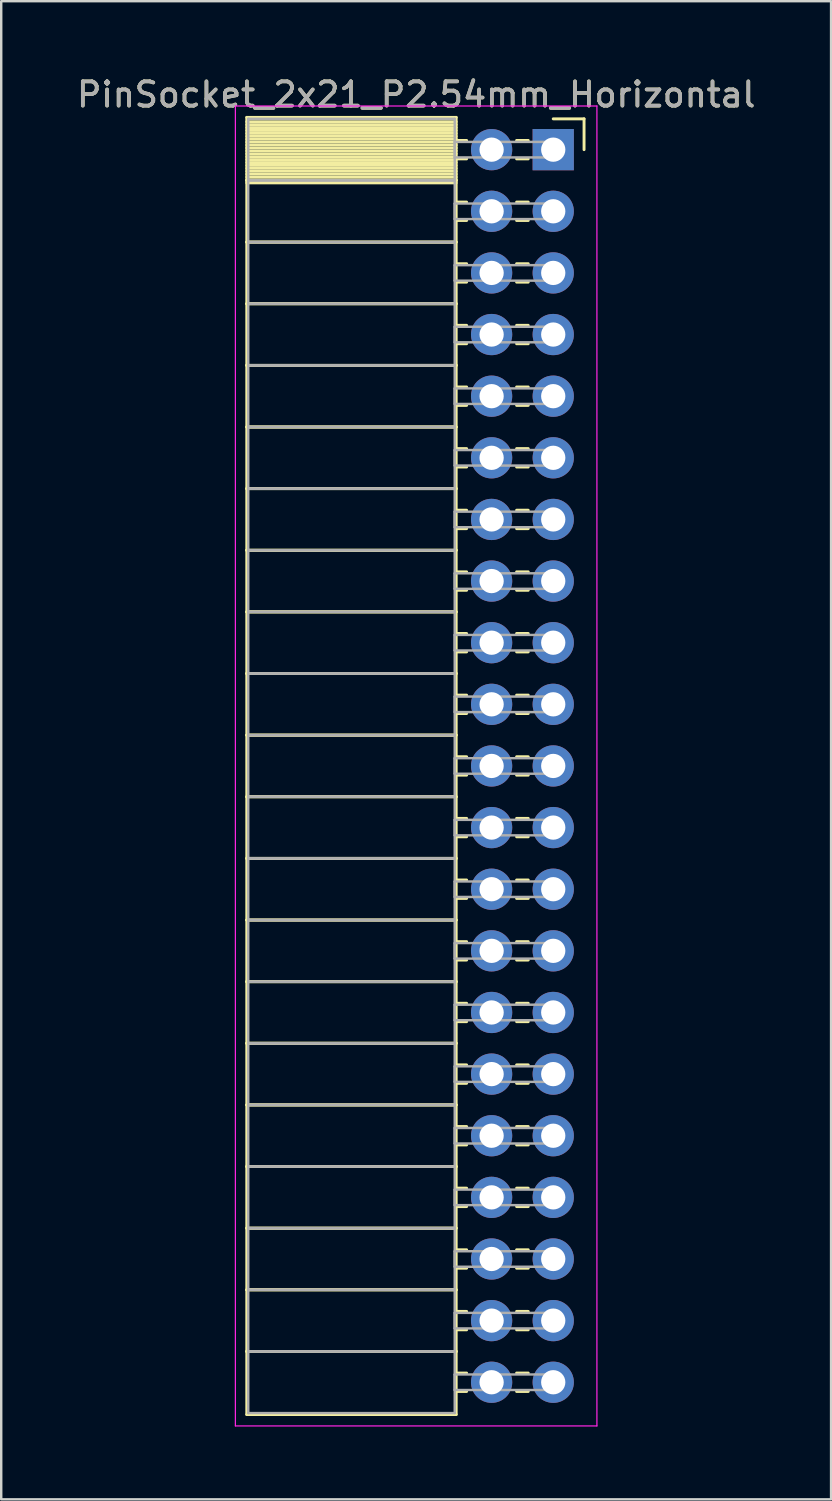
<source format=kicad_pcb>
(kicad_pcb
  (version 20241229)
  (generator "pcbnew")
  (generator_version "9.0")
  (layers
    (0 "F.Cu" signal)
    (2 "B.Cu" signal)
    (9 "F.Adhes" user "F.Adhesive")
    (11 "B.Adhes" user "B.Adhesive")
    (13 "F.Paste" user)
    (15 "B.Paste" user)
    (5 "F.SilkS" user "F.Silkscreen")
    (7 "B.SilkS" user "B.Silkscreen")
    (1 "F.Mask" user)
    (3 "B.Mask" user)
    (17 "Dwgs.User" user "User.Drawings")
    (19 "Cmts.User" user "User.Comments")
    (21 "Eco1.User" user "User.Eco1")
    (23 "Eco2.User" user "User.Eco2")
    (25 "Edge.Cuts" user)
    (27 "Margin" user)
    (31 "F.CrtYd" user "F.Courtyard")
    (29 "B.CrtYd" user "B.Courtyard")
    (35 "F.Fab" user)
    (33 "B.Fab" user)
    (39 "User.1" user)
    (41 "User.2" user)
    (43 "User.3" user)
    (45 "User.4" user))
  (footprint "PinSocket_2x21_P2.54mm_Horizontal"
    (layer "F.Cu")
    (at 19.751 3.118)
    (property "Reference" "PinSocket_2x21_P2.54mm_Horizontal" (at -5.65 -2.27 0) (layer "F.SilkS") (effects (font (size 1 1) (thickness 0.15))))
    (attr through_hole)
    (fp_line (start -12.63 -1.33) (end -4 -1.33) (stroke (width 0.12) (type solid)) (layer "F.SilkS"))
    (fp_line (start -12.63 1.27) (end -12.63 -1.33) (stroke (width 0.12) (type solid)) (layer "F.SilkS"))
    (fp_line (start -12.63 1.27) (end -4 1.27) (stroke (width 0.12) (type solid)) (layer "F.SilkS"))
    (fp_line (start -12.63 3.81) (end -12.63 1.27) (stroke (width 0.12) (type solid)) (layer "F.SilkS"))
    (fp_line (start -12.63 3.81) (end -4 3.81) (stroke (width 0.12) (type solid)) (layer "F.SilkS"))
    (fp_line (start -12.63 6.35) (end -12.63 3.81) (stroke (width 0.12) (type solid)) (layer "F.SilkS"))
    (fp_line (start -12.63 6.35) (end -4 6.35) (stroke (width 0.12) (type solid)) (layer "F.SilkS"))
    (fp_line (start -12.63 8.89) (end -12.63 6.35) (stroke (width 0.12) (type solid)) (layer "F.SilkS"))
    (fp_line (start -12.63 8.89) (end -4 8.89) (stroke (width 0.12) (type solid)) (layer "F.SilkS"))
    (fp_line (start -12.63 11.43) (end -12.63 8.89) (stroke (width 0.12) (type solid)) (layer "F.SilkS"))
    (fp_line (start -12.63 11.43) (end -4 11.43) (stroke (width 0.12) (type solid)) (layer "F.SilkS"))
    (fp_line (start -12.63 13.97) (end -12.63 11.43) (stroke (width 0.12) (type solid)) (layer "F.SilkS"))
    (fp_line (start -12.63 13.97) (end -4 13.97) (stroke (width 0.12) (type solid)) (layer "F.SilkS"))
    (fp_line (start -12.63 16.51) (end -12.63 13.97) (stroke (width 0.12) (type solid)) (layer "F.SilkS"))
    (fp_line (start -12.63 16.51) (end -4 16.51) (stroke (width 0.12) (type solid)) (layer "F.SilkS"))
    (fp_line (start -12.63 19.05) (end -12.63 16.51) (stroke (width 0.12) (type solid)) (layer "F.SilkS"))
    (fp_line (start -12.63 19.05) (end -4 19.05) (stroke (width 0.12) (type solid)) (layer "F.SilkS"))
    (fp_line (start -12.63 21.59) (end -12.63 19.05) (stroke (width 0.12) (type solid)) (layer "F.SilkS"))
    (fp_line (start -12.63 21.59) (end -4 21.59) (stroke (width 0.12) (type solid)) (layer "F.SilkS"))
    (fp_line (start -12.63 24.13) (end -12.63 21.59) (stroke (width 0.12) (type solid)) (layer "F.SilkS"))
    (fp_line (start -12.63 24.13) (end -4 24.13) (stroke (width 0.12) (type solid)) (layer "F.SilkS"))
    (fp_line (start -12.63 26.67) (end -12.63 24.13) (stroke (width 0.12) (type solid)) (layer "F.SilkS"))
    (fp_line (start -12.63 26.67) (end -4 26.67) (stroke (width 0.12) (type solid)) (layer "F.SilkS"))
    (fp_line (start -12.63 29.21) (end -12.63 26.67) (stroke (width 0.12) (type solid)) (layer "F.SilkS"))
    (fp_line (start -12.63 29.21) (end -4 29.21) (stroke (width 0.12) (type solid)) (layer "F.SilkS"))
    (fp_line (start -12.63 31.75) (end -12.63 29.21) (stroke (width 0.12) (type solid)) (layer "F.SilkS"))
    (fp_line (start -12.63 31.75) (end -4 31.75) (stroke (width 0.12) (type solid)) (layer "F.SilkS"))
    (fp_line (start -12.63 34.29) (end -12.63 31.75) (stroke (width 0.12) (type solid)) (layer "F.SilkS"))
    (fp_line (start -12.63 34.29) (end -4 34.29) (stroke (width 0.12) (type solid)) (layer "F.SilkS"))
    (fp_line (start -12.63 36.83) (end -12.63 34.29) (stroke (width 0.12) (type solid)) (layer "F.SilkS"))
    (fp_line (start -12.63 36.83) (end -4 36.83) (stroke (width 0.12) (type solid)) (layer "F.SilkS"))
    (fp_line (start -12.63 39.37) (end -12.63 36.83) (stroke (width 0.12) (type solid)) (layer "F.SilkS"))
    (fp_line (start -12.63 39.37) (end -4 39.37) (stroke (width 0.12) (type solid)) (layer "F.SilkS"))
    (fp_line (start -12.63 41.91) (end -12.63 39.37) (stroke (width 0.12) (type solid)) (layer "F.SilkS"))
    (fp_line (start -12.63 41.91) (end -4 41.91) (stroke (width 0.12) (type solid)) (layer "F.SilkS"))
    (fp_line (start -12.63 44.45) (end -12.63 41.91) (stroke (width 0.12) (type solid)) (layer "F.SilkS"))
    (fp_line (start -12.63 44.45) (end -4 44.45) (stroke (width 0.12) (type solid)) (layer "F.SilkS"))
    (fp_line (start -12.63 46.99) (end -12.63 44.45) (stroke (width 0.12) (type solid)) (layer "F.SilkS"))
    (fp_line (start -12.63 46.99) (end -4 46.99) (stroke (width 0.12) (type solid)) (layer "F.SilkS"))
    (fp_line (start -12.63 49.53) (end -12.63 46.99) (stroke (width 0.12) (type solid)) (layer "F.SilkS"))
    (fp_line (start -12.63 49.53) (end -4 49.53) (stroke (width 0.12) (type solid)) (layer "F.SilkS"))
    (fp_line (start -12.63 52.13) (end -12.63 49.53) (stroke (width 0.12) (type solid)) (layer "F.SilkS"))
    (fp_line (start -4 -1.33) (end -4 1.27) (stroke (width 0.12) (type solid)) (layer "F.SilkS"))
    (fp_line (start -4 -1.15) (end -12.63 -1.15) (stroke (width 0.12) (type solid)) (layer "F.SilkS"))
    (fp_line (start -4 -1.03) (end -12.63 -1.03) (stroke (width 0.12) (type solid)) (layer "F.SilkS"))
    (fp_line (start -4 -0.91) (end -12.63 -0.91) (stroke (width 0.12) (type solid)) (layer "F.SilkS"))
    (fp_line (start -4 -0.79) (end -12.63 -0.79) (stroke (width 0.12) (type solid)) (layer "F.SilkS"))
    (fp_line (start -4 -0.67) (end -12.63 -0.67) (stroke (width 0.12) (type solid)) (layer "F.SilkS"))
    (fp_line (start -4 -0.55) (end -12.63 -0.55) (stroke (width 0.12) (type solid)) (layer "F.SilkS"))
    (fp_line (start -4 -0.43) (end -12.63 -0.43) (stroke (width 0.12) (type solid)) (layer "F.SilkS"))
    (fp_line (start -4 -0.31) (end -12.63 -0.31) (stroke (width 0.12) (type solid)) (layer "F.SilkS"))
    (fp_line (start -4 -0.19) (end -12.63 -0.19) (stroke (width 0.12) (type solid)) (layer "F.SilkS"))
    (fp_line (start -4 -0.07) (end -12.63 -0.07) (stroke (width 0.12) (type solid)) (layer "F.SilkS"))
    (fp_line (start -4 0.05) (end -12.63 0.05) (stroke (width 0.12) (type solid)) (layer "F.SilkS"))
    (fp_line (start -4 0.17) (end -12.63 0.17) (stroke (width 0.12) (type solid)) (layer "F.SilkS"))
    (fp_line (start -4 0.29) (end -12.63 0.29) (stroke (width 0.12) (type solid)) (layer "F.SilkS"))
    (fp_line (start -4 0.41) (end -12.63 0.41) (stroke (width 0.12) (type solid)) (layer "F.SilkS"))
    (fp_line (start -4 0.53) (end -12.63 0.53) (stroke (width 0.12) (type solid)) (layer "F.SilkS"))
    (fp_line (start -4 0.65) (end -12.63 0.65) (stroke (width 0.12) (type solid)) (layer "F.SilkS"))
    (fp_line (start -4 0.77) (end -12.63 0.77) (stroke (width 0.12) (type solid)) (layer "F.SilkS"))
    (fp_line (start -4 0.89) (end -12.63 0.89) (stroke (width 0.12) (type solid)) (layer "F.SilkS"))
    (fp_line (start -4 1.01) (end -12.63 1.01) (stroke (width 0.12) (type solid)) (layer "F.SilkS"))
    (fp_line (start -4 1.13) (end -12.63 1.13) (stroke (width 0.12) (type solid)) (layer "F.SilkS"))
    (fp_line (start -4 1.25) (end -12.63 1.25) (stroke (width 0.12) (type solid)) (layer "F.SilkS"))
    (fp_line (start -4 1.27) (end -12.63 1.27) (stroke (width 0.12) (type solid)) (layer "F.SilkS"))
    (fp_line (start -4 1.27) (end -4 3.81) (stroke (width 0.12) (type solid)) (layer "F.SilkS"))
    (fp_line (start -4 1.37) (end -12.63 1.37) (stroke (width 0.12) (type solid)) (layer "F.SilkS"))
    (fp_line (start -4 3.81) (end -12.63 3.81) (stroke (width 0.12) (type solid)) (layer "F.SilkS"))
    (fp_line (start -4 3.81) (end -4 6.35) (stroke (width 0.12) (type solid)) (layer "F.SilkS"))
    (fp_line (start -4 6.35) (end -12.63 6.35) (stroke (width 0.12) (type solid)) (layer "F.SilkS"))
    (fp_line (start -4 6.35) (end -4 8.89) (stroke (width 0.12) (type solid)) (layer "F.SilkS"))
    (fp_line (start -4 8.89) (end -12.63 8.89) (stroke (width 0.12) (type solid)) (layer "F.SilkS"))
    (fp_line (start -4 8.89) (end -4 11.43) (stroke (width 0.12) (type solid)) (layer "F.SilkS"))
    (fp_line (start -4 11.43) (end -12.63 11.43) (stroke (width 0.12) (type solid)) (layer "F.SilkS"))
    (fp_line (start -4 11.43) (end -4 13.97) (stroke (width 0.12) (type solid)) (layer "F.SilkS"))
    (fp_line (start -4 13.97) (end -12.63 13.97) (stroke (width 0.12) (type solid)) (layer "F.SilkS"))
    (fp_line (start -4 13.97) (end -4 16.51) (stroke (width 0.12) (type solid)) (layer "F.SilkS"))
    (fp_line (start -4 16.51) (end -12.63 16.51) (stroke (width 0.12) (type solid)) (layer "F.SilkS"))
    (fp_line (start -4 16.51) (end -4 19.05) (stroke (width 0.12) (type solid)) (layer "F.SilkS"))
    (fp_line (start -4 19.05) (end -12.63 19.05) (stroke (width 0.12) (type solid)) (layer "F.SilkS"))
    (fp_line (start -4 19.05) (end -4 21.59) (stroke (width 0.12) (type solid)) (layer "F.SilkS"))
    (fp_line (start -4 21.59) (end -12.63 21.59) (stroke (width 0.12) (type solid)) (layer "F.SilkS"))
    (fp_line (start -4 21.59) (end -4 24.13) (stroke (width 0.12) (type solid)) (layer "F.SilkS"))
    (fp_line (start -4 24.13) (end -12.63 24.13) (stroke (width 0.12) (type solid)) (layer "F.SilkS"))
    (fp_line (start -4 24.13) (end -4 26.67) (stroke (width 0.12) (type solid)) (layer "F.SilkS"))
    (fp_line (start -4 26.67) (end -12.63 26.67) (stroke (width 0.12) (type solid)) (layer "F.SilkS"))
    (fp_line (start -4 26.67) (end -4 29.21) (stroke (width 0.12) (type solid)) (layer "F.SilkS"))
    (fp_line (start -4 29.21) (end -12.63 29.21) (stroke (width 0.12) (type solid)) (layer "F.SilkS"))
    (fp_line (start -4 29.21) (end -4 31.75) (stroke (width 0.12) (type solid)) (layer "F.SilkS"))
    (fp_line (start -4 31.75) (end -12.63 31.75) (stroke (width 0.12) (type solid)) (layer "F.SilkS"))
    (fp_line (start -4 31.75) (end -4 34.29) (stroke (width 0.12) (type solid)) (layer "F.SilkS"))
    (fp_line (start -4 34.29) (end -12.63 34.29) (stroke (width 0.12) (type solid)) (layer "F.SilkS"))
    (fp_line (start -4 34.29) (end -4 36.83) (stroke (width 0.12) (type solid)) (layer "F.SilkS"))
    (fp_line (start -4 36.83) (end -12.63 36.83) (stroke (width 0.12) (type solid)) (layer "F.SilkS"))
    (fp_line (start -4 36.83) (end -4 39.37) (stroke (width 0.12) (type solid)) (layer "F.SilkS"))
    (fp_line (start -4 39.37) (end -12.63 39.37) (stroke (width 0.12) (type solid)) (layer "F.SilkS"))
    (fp_line (start -4 39.37) (end -4 41.91) (stroke (width 0.12) (type solid)) (layer "F.SilkS"))
    (fp_line (start -4 41.91) (end -12.63 41.91) (stroke (width 0.12) (type solid)) (layer "F.SilkS"))
    (fp_line (start -4 41.91) (end -4 44.45) (stroke (width 0.12) (type solid)) (layer "F.SilkS"))
    (fp_line (start -4 44.45) (end -12.63 44.45) (stroke (width 0.12) (type solid)) (layer "F.SilkS"))
    (fp_line (start -4 44.45) (end -4 46.99) (stroke (width 0.12) (type solid)) (layer "F.SilkS"))
    (fp_line (start -4 46.99) (end -12.63 46.99) (stroke (width 0.12) (type solid)) (layer "F.SilkS"))
    (fp_line (start -4 46.99) (end -4 49.53) (stroke (width 0.12) (type solid)) (layer "F.SilkS"))
    (fp_line (start -4 49.53) (end -12.63 49.53) (stroke (width 0.12) (type solid)) (layer "F.SilkS"))
    (fp_line (start -4 49.53) (end -4 52.13) (stroke (width 0.12) (type solid)) (layer "F.SilkS"))
    (fp_line (start -4 52.13) (end -12.63 52.13) (stroke (width 0.12) (type solid)) (layer "F.SilkS"))
    (fp_line (start -3.57 -0.38) (end -4 -0.38) (stroke (width 0.12) (type solid)) (layer "F.SilkS"))
    (fp_line (start -3.57 0.38) (end -4 0.38) (stroke (width 0.12) (type solid)) (layer "F.SilkS"))
    (fp_line (start -3.57 2.16) (end -4 2.16) (stroke (width 0.12) (type solid)) (layer "F.SilkS"))
    (fp_line (start -3.57 2.92) (end -4 2.92) (stroke (width 0.12) (type solid)) (layer "F.SilkS"))
    (fp_line (start -3.57 4.7) (end -4 4.7) (stroke (width 0.12) (type solid)) (layer "F.SilkS"))
    (fp_line (start -3.57 5.46) (end -4 5.46) (stroke (width 0.12) (type solid)) (layer "F.SilkS"))
    (fp_line (start -3.57 7.24) (end -4 7.24) (stroke (width 0.12) (type solid)) (layer "F.SilkS"))
    (fp_line (start -3.57 8) (end -4 8) (stroke (width 0.12) (type solid)) (layer "F.SilkS"))
    (fp_line (start -3.57 9.78) (end -4 9.78) (stroke (width 0.12) (type solid)) (layer "F.SilkS"))
    (fp_line (start -3.57 10.54) (end -4 10.54) (stroke (width 0.12) (type solid)) (layer "F.SilkS"))
    (fp_line (start -3.57 12.32) (end -4 12.32) (stroke (width 0.12) (type solid)) (layer "F.SilkS"))
    (fp_line (start -3.57 13.08) (end -4 13.08) (stroke (width 0.12) (type solid)) (layer "F.SilkS"))
    (fp_line (start -3.57 14.86) (end -4 14.86) (stroke (width 0.12) (type solid)) (layer "F.SilkS"))
    (fp_line (start -3.57 15.62) (end -4 15.62) (stroke (width 0.12) (type solid)) (layer "F.SilkS"))
    (fp_line (start -3.57 17.4) (end -4 17.4) (stroke (width 0.12) (type solid)) (layer "F.SilkS"))
    (fp_line (start -3.57 18.16) (end -4 18.16) (stroke (width 0.12) (type solid)) (layer "F.SilkS"))
    (fp_line (start -3.57 19.94) (end -4 19.94) (stroke (width 0.12) (type solid)) (layer "F.SilkS"))
    (fp_line (start -3.57 20.7) (end -4 20.7) (stroke (width 0.12) (type solid)) (layer "F.SilkS"))
    (fp_line (start -3.57 22.48) (end -4 22.48) (stroke (width 0.12) (type solid)) (layer "F.SilkS"))
    (fp_line (start -3.57 23.24) (end -4 23.24) (stroke (width 0.12) (type solid)) (layer "F.SilkS"))
    (fp_line (start -3.57 25.02) (end -4 25.02) (stroke (width 0.12) (type solid)) (layer "F.SilkS"))
    (fp_line (start -3.57 25.78) (end -4 25.78) (stroke (width 0.12) (type solid)) (layer "F.SilkS"))
    (fp_line (start -3.57 27.56) (end -4 27.56) (stroke (width 0.12) (type solid)) (layer "F.SilkS"))
    (fp_line (start -3.57 28.32) (end -4 28.32) (stroke (width 0.12) (type solid)) (layer "F.SilkS"))
    (fp_line (start -3.57 30.1) (end -4 30.1) (stroke (width 0.12) (type solid)) (layer "F.SilkS"))
    (fp_line (start -3.57 30.86) (end -4 30.86) (stroke (width 0.12) (type solid)) (layer "F.SilkS"))
    (fp_line (start -3.57 32.64) (end -4 32.64) (stroke (width 0.12) (type solid)) (layer "F.SilkS"))
    (fp_line (start -3.57 33.4) (end -4 33.4) (stroke (width 0.12) (type solid)) (layer "F.SilkS"))
    (fp_line (start -3.57 35.18) (end -4 35.18) (stroke (width 0.12) (type solid)) (layer "F.SilkS"))
    (fp_line (start -3.57 35.94) (end -4 35.94) (stroke (width 0.12) (type solid)) (layer "F.SilkS"))
    (fp_line (start -3.57 37.72) (end -4 37.72) (stroke (width 0.12) (type solid)) (layer "F.SilkS"))
    (fp_line (start -3.57 38.48) (end -4 38.48) (stroke (width 0.12) (type solid)) (layer "F.SilkS"))
    (fp_line (start -3.57 40.26) (end -4 40.26) (stroke (width 0.12) (type solid)) (layer "F.SilkS"))
    (fp_line (start -3.57 41.02) (end -4 41.02) (stroke (width 0.12) (type solid)) (layer "F.SilkS"))
    (fp_line (start -3.57 42.8) (end -4 42.8) (stroke (width 0.12) (type solid)) (layer "F.SilkS"))
    (fp_line (start -3.57 43.56) (end -4 43.56) (stroke (width 0.12) (type solid)) (layer "F.SilkS"))
    (fp_line (start -3.57 45.34) (end -4 45.34) (stroke (width 0.12) (type solid)) (layer "F.SilkS"))
    (fp_line (start -3.57 46.1) (end -4 46.1) (stroke (width 0.12) (type solid)) (layer "F.SilkS"))
    (fp_line (start -3.57 47.88) (end -4 47.88) (stroke (width 0.12) (type solid)) (layer "F.SilkS"))
    (fp_line (start -3.57 48.64) (end -4 48.64) (stroke (width 0.12) (type solid)) (layer "F.SilkS"))
    (fp_line (start -3.57 50.42) (end -4 50.42) (stroke (width 0.12) (type solid)) (layer "F.SilkS"))
    (fp_line (start -3.57 51.18) (end -4 51.18) (stroke (width 0.12) (type solid)) (layer "F.SilkS"))
    (fp_line (start -1.03 -0.38) (end -1.51 -0.38) (stroke (width 0.12) (type solid)) (layer "F.SilkS"))
    (fp_line (start -1.03 0.38) (end -1.51 0.38) (stroke (width 0.12) (type solid)) (layer "F.SilkS"))
    (fp_line (start -1.03 2.16) (end -1.51 2.16) (stroke (width 0.12) (type solid)) (layer "F.SilkS"))
    (fp_line (start -1.03 2.92) (end -1.51 2.92) (stroke (width 0.12) (type solid)) (layer "F.SilkS"))
    (fp_line (start -1.03 4.7) (end -1.51 4.7) (stroke (width 0.12) (type solid)) (layer "F.SilkS"))
    (fp_line (start -1.03 5.46) (end -1.51 5.46) (stroke (width 0.12) (type solid)) (layer "F.SilkS"))
    (fp_line (start -1.03 7.24) (end -1.51 7.24) (stroke (width 0.12) (type solid)) (layer "F.SilkS"))
    (fp_line (start -1.03 8) (end -1.51 8) (stroke (width 0.12) (type solid)) (layer "F.SilkS"))
    (fp_line (start -1.03 9.78) (end -1.51 9.78) (stroke (width 0.12) (type solid)) (layer "F.SilkS"))
    (fp_line (start -1.03 10.54) (end -1.51 10.54) (stroke (width 0.12) (type solid)) (layer "F.SilkS"))
    (fp_line (start -1.03 12.32) (end -1.51 12.32) (stroke (width 0.12) (type solid)) (layer "F.SilkS"))
    (fp_line (start -1.03 13.08) (end -1.51 13.08) (stroke (width 0.12) (type solid)) (layer "F.SilkS"))
    (fp_line (start -1.03 14.86) (end -1.51 14.86) (stroke (width 0.12) (type solid)) (layer "F.SilkS"))
    (fp_line (start -1.03 15.62) (end -1.51 15.62) (stroke (width 0.12) (type solid)) (layer "F.SilkS"))
    (fp_line (start -1.03 17.4) (end -1.51 17.4) (stroke (width 0.12) (type solid)) (layer "F.SilkS"))
    (fp_line (start -1.03 18.16) (end -1.51 18.16) (stroke (width 0.12) (type solid)) (layer "F.SilkS"))
    (fp_line (start -1.03 19.94) (end -1.51 19.94) (stroke (width 0.12) (type solid)) (layer "F.SilkS"))
    (fp_line (start -1.03 20.7) (end -1.51 20.7) (stroke (width 0.12) (type solid)) (layer "F.SilkS"))
    (fp_line (start -1.03 22.48) (end -1.51 22.48) (stroke (width 0.12) (type solid)) (layer "F.SilkS"))
    (fp_line (start -1.03 23.24) (end -1.51 23.24) (stroke (width 0.12) (type solid)) (layer "F.SilkS"))
    (fp_line (start -1.03 25.02) (end -1.51 25.02) (stroke (width 0.12) (type solid)) (layer "F.SilkS"))
    (fp_line (start -1.03 25.78) (end -1.51 25.78) (stroke (width 0.12) (type solid)) (layer "F.SilkS"))
    (fp_line (start -1.03 27.56) (end -1.51 27.56) (stroke (width 0.12) (type solid)) (layer "F.SilkS"))
    (fp_line (start -1.03 28.32) (end -1.51 28.32) (stroke (width 0.12) (type solid)) (layer "F.SilkS"))
    (fp_line (start -1.03 30.1) (end -1.51 30.1) (stroke (width 0.12) (type solid)) (layer "F.SilkS"))
    (fp_line (start -1.03 30.86) (end -1.51 30.86) (stroke (width 0.12) (type solid)) (layer "F.SilkS"))
    (fp_line (start -1.03 32.64) (end -1.51 32.64) (stroke (width 0.12) (type solid)) (layer "F.SilkS"))
    (fp_line (start -1.03 33.4) (end -1.51 33.4) (stroke (width 0.12) (type solid)) (layer "F.SilkS"))
    (fp_line (start -1.03 35.18) (end -1.51 35.18) (stroke (width 0.12) (type solid)) (layer "F.SilkS"))
    (fp_line (start -1.03 35.94) (end -1.51 35.94) (stroke (width 0.12) (type solid)) (layer "F.SilkS"))
    (fp_line (start -1.03 37.72) (end -1.51 37.72) (stroke (width 0.12) (type solid)) (layer "F.SilkS"))
    (fp_line (start -1.03 38.48) (end -1.51 38.48) (stroke (width 0.12) (type solid)) (layer "F.SilkS"))
    (fp_line (start -1.03 40.26) (end -1.51 40.26) (stroke (width 0.12) (type solid)) (layer "F.SilkS"))
    (fp_line (start -1.03 41.02) (end -1.51 41.02) (stroke (width 0.12) (type solid)) (layer "F.SilkS"))
    (fp_line (start -1.03 42.8) (end -1.51 42.8) (stroke (width 0.12) (type solid)) (layer "F.SilkS"))
    (fp_line (start -1.03 43.56) (end -1.51 43.56) (stroke (width 0.12) (type solid)) (layer "F.SilkS"))
    (fp_line (start -1.03 45.34) (end -1.51 45.34) (stroke (width 0.12) (type solid)) (layer "F.SilkS"))
    (fp_line (start -1.03 46.1) (end -1.51 46.1) (stroke (width 0.12) (type solid)) (layer "F.SilkS"))
    (fp_line (start -1.03 47.88) (end -1.51 47.88) (stroke (width 0.12) (type solid)) (layer "F.SilkS"))
    (fp_line (start -1.03 48.64) (end -1.51 48.64) (stroke (width 0.12) (type solid)) (layer "F.SilkS"))
    (fp_line (start -1.03 50.42) (end -1.51 50.42) (stroke (width 0.12) (type solid)) (layer "F.SilkS"))
    (fp_line (start -1.03 51.18) (end -1.51 51.18) (stroke (width 0.12) (type solid)) (layer "F.SilkS"))
    (fp_line (start 0 -1.27) (end 1.27 -1.27) (stroke (width 0.12) (type solid)) (layer "F.SilkS"))
    (fp_line (start 1.27 -1.27) (end 1.27 0) (stroke (width 0.12) (type solid)) (layer "F.SilkS"))
    (fp_line (start -13.1 -1.8) (end 1.8 -1.8) (stroke (width 0.05) (type solid)) (layer "F.CrtYd"))
    (fp_line (start -13.1 52.6) (end -13.1 -1.8) (stroke (width 0.05) (type solid)) (layer "F.CrtYd"))
    (fp_line (start 1.8 -1.8) (end 1.8 52.6) (stroke (width 0.05) (type solid)) (layer "F.CrtYd"))
    (fp_line (start 1.8 52.6) (end -13.1 52.6) (stroke (width 0.05) (type solid)) (layer "F.CrtYd"))
    (fp_line (start -12.57 -1.27) (end -4.06 -1.27) (stroke (width 0.1) (type solid)) (layer "F.Fab"))
    (fp_line (start -12.57 1.27) (end -12.57 -1.27) (stroke (width 0.1) (type solid)) (layer "F.Fab"))
    (fp_line (start -12.57 1.27) (end -4.06 1.27) (stroke (width 0.1) (type solid)) (layer "F.Fab"))
    (fp_line (start -12.57 3.81) (end -12.57 1.27) (stroke (width 0.1) (type solid)) (layer "F.Fab"))
    (fp_line (start -12.57 3.81) (end -4.06 3.81) (stroke (width 0.1) (type solid)) (layer "F.Fab"))
    (fp_line (start -12.57 6.35) (end -12.57 3.81) (stroke (width 0.1) (type solid)) (layer "F.Fab"))
    (fp_line (start -12.57 6.35) (end -4.06 6.35) (stroke (width 0.1) (type solid)) (layer "F.Fab"))
    (fp_line (start -12.57 8.89) (end -12.57 6.35) (stroke (width 0.1) (type solid)) (layer "F.Fab"))
    (fp_line (start -12.57 8.89) (end -4.06 8.89) (stroke (width 0.1) (type solid)) (layer "F.Fab"))
    (fp_line (start -12.57 11.43) (end -12.57 8.89) (stroke (width 0.1) (type solid)) (layer "F.Fab"))
    (fp_line (start -12.57 11.43) (end -4.06 11.43) (stroke (width 0.1) (type solid)) (layer "F.Fab"))
    (fp_line (start -12.57 13.97) (end -12.57 11.43) (stroke (width 0.1) (type solid)) (layer "F.Fab"))
    (fp_line (start -12.57 13.97) (end -4.06 13.97) (stroke (width 0.1) (type solid)) (layer "F.Fab"))
    (fp_line (start -12.57 16.51) (end -12.57 13.97) (stroke (width 0.1) (type solid)) (layer "F.Fab"))
    (fp_line (start -12.57 16.51) (end -4.06 16.51) (stroke (width 0.1) (type solid)) (layer "F.Fab"))
    (fp_line (start -12.57 19.05) (end -12.57 16.51) (stroke (width 0.1) (type solid)) (layer "F.Fab"))
    (fp_line (start -12.57 19.05) (end -4.06 19.05) (stroke (width 0.1) (type solid)) (layer "F.Fab"))
    (fp_line (start -12.57 21.59) (end -12.57 19.05) (stroke (width 0.1) (type solid)) (layer "F.Fab"))
    (fp_line (start -12.57 21.59) (end -4.06 21.59) (stroke (width 0.1) (type solid)) (layer "F.Fab"))
    (fp_line (start -12.57 24.13) (end -12.57 21.59) (stroke (width 0.1) (type solid)) (layer "F.Fab"))
    (fp_line (start -12.57 24.13) (end -4.06 24.13) (stroke (width 0.1) (type solid)) (layer "F.Fab"))
    (fp_line (start -12.57 26.67) (end -12.57 24.13) (stroke (width 0.1) (type solid)) (layer "F.Fab"))
    (fp_line (start -12.57 26.67) (end -4.06 26.67) (stroke (width 0.1) (type solid)) (layer "F.Fab"))
    (fp_line (start -12.57 29.21) (end -12.57 26.67) (stroke (width 0.1) (type solid)) (layer "F.Fab"))
    (fp_line (start -12.57 29.21) (end -4.06 29.21) (stroke (width 0.1) (type solid)) (layer "F.Fab"))
    (fp_line (start -12.57 31.75) (end -12.57 29.21) (stroke (width 0.1) (type solid)) (layer "F.Fab"))
    (fp_line (start -12.57 31.75) (end -4.06 31.75) (stroke (width 0.1) (type solid)) (layer "F.Fab"))
    (fp_line (start -12.57 34.29) (end -12.57 31.75) (stroke (width 0.1) (type solid)) (layer "F.Fab"))
    (fp_line (start -12.57 34.29) (end -4.06 34.29) (stroke (width 0.1) (type solid)) (layer "F.Fab"))
    (fp_line (start -12.57 36.83) (end -12.57 34.29) (stroke (width 0.1) (type solid)) (layer "F.Fab"))
    (fp_line (start -12.57 36.83) (end -4.06 36.83) (stroke (width 0.1) (type solid)) (layer "F.Fab"))
    (fp_line (start -12.57 39.37) (end -12.57 36.83) (stroke (width 0.1) (type solid)) (layer "F.Fab"))
    (fp_line (start -12.57 39.37) (end -4.06 39.37) (stroke (width 0.1) (type solid)) (layer "F.Fab"))
    (fp_line (start -12.57 41.91) (end -12.57 39.37) (stroke (width 0.1) (type solid)) (layer "F.Fab"))
    (fp_line (start -12.57 41.91) (end -4.06 41.91) (stroke (width 0.1) (type solid)) (layer "F.Fab"))
    (fp_line (start -12.57 44.45) (end -12.57 41.91) (stroke (width 0.1) (type solid)) (layer "F.Fab"))
    (fp_line (start -12.57 44.45) (end -4.06 44.45) (stroke (width 0.1) (type solid)) (layer "F.Fab"))
    (fp_line (start -12.57 46.99) (end -12.57 44.45) (stroke (width 0.1) (type solid)) (layer "F.Fab"))
    (fp_line (start -12.57 46.99) (end -4.06 46.99) (stroke (width 0.1) (type solid)) (layer "F.Fab"))
    (fp_line (start -12.57 49.53) (end -12.57 46.99) (stroke (width 0.1) (type solid)) (layer "F.Fab"))
    (fp_line (start -12.57 49.53) (end -4.06 49.53) (stroke (width 0.1) (type solid)) (layer "F.Fab"))
    (fp_line (start -12.57 52.07) (end -12.57 49.53) (stroke (width 0.1) (type solid)) (layer "F.Fab"))
    (fp_line (start -4.06 -1.27) (end -4.06 1.27) (stroke (width 0.1) (type solid)) (layer "F.Fab"))
    (fp_line (start -4.06 -0.32) (end 0 -0.32) (stroke (width 0.1) (type solid)) (layer "F.Fab"))
    (fp_line (start -4.06 0.32) (end -4.06 -0.32) (stroke (width 0.1) (type solid)) (layer "F.Fab"))
    (fp_line (start -4.06 1.27) (end -12.57 1.27) (stroke (width 0.1) (type solid)) (layer "F.Fab"))
    (fp_line (start -4.06 1.27) (end -4.06 3.81) (stroke (width 0.1) (type solid)) (layer "F.Fab"))
    (fp_line (start -4.06 2.22) (end 0 2.22) (stroke (width 0.1) (type solid)) (layer "F.Fab"))
    (fp_line (start -4.06 2.86) (end -4.06 2.22) (stroke (width 0.1) (type solid)) (layer "F.Fab"))
    (fp_line (start -4.06 3.81) (end -12.57 3.81) (stroke (width 0.1) (type solid)) (layer "F.Fab"))
    (fp_line (start -4.06 3.81) (end -4.06 6.35) (stroke (width 0.1) (type solid)) (layer "F.Fab"))
    (fp_line (start -4.06 4.76) (end 0 4.76) (stroke (width 0.1) (type solid)) (layer "F.Fab"))
    (fp_line (start -4.06 5.4) (end -4.06 4.76) (stroke (width 0.1) (type solid)) (layer "F.Fab"))
    (fp_line (start -4.06 6.35) (end -12.57 6.35) (stroke (width 0.1) (type solid)) (layer "F.Fab"))
    (fp_line (start -4.06 6.35) (end -4.06 8.89) (stroke (width 0.1) (type solid)) (layer "F.Fab"))
    (fp_line (start -4.06 7.3) (end 0 7.3) (stroke (width 0.1) (type solid)) (layer "F.Fab"))
    (fp_line (start -4.06 7.94) (end -4.06 7.3) (stroke (width 0.1) (type solid)) (layer "F.Fab"))
    (fp_line (start -4.06 8.89) (end -12.57 8.89) (stroke (width 0.1) (type solid)) (layer "F.Fab"))
    (fp_line (start -4.06 8.89) (end -4.06 11.43) (stroke (width 0.1) (type solid)) (layer "F.Fab"))
    (fp_line (start -4.06 9.84) (end 0 9.84) (stroke (width 0.1) (type solid)) (layer "F.Fab"))
    (fp_line (start -4.06 10.48) (end -4.06 9.84) (stroke (width 0.1) (type solid)) (layer "F.Fab"))
    (fp_line (start -4.06 11.43) (end -12.57 11.43) (stroke (width 0.1) (type solid)) (layer "F.Fab"))
    (fp_line (start -4.06 11.43) (end -4.06 13.97) (stroke (width 0.1) (type solid)) (layer "F.Fab"))
    (fp_line (start -4.06 12.38) (end 0 12.38) (stroke (width 0.1) (type solid)) (layer "F.Fab"))
    (fp_line (start -4.06 13.02) (end -4.06 12.38) (stroke (width 0.1) (type solid)) (layer "F.Fab"))
    (fp_line (start -4.06 13.97) (end -12.57 13.97) (stroke (width 0.1) (type solid)) (layer "F.Fab"))
    (fp_line (start -4.06 13.97) (end -4.06 16.51) (stroke (width 0.1) (type solid)) (layer "F.Fab"))
    (fp_line (start -4.06 14.92) (end 0 14.92) (stroke (width 0.1) (type solid)) (layer "F.Fab"))
    (fp_line (start -4.06 15.56) (end -4.06 14.92) (stroke (width 0.1) (type solid)) (layer "F.Fab"))
    (fp_line (start -4.06 16.51) (end -12.57 16.51) (stroke (width 0.1) (type solid)) (layer "F.Fab"))
    (fp_line (start -4.06 16.51) (end -4.06 19.05) (stroke (width 0.1) (type solid)) (layer "F.Fab"))
    (fp_line (start -4.06 17.46) (end 0 17.46) (stroke (width 0.1) (type solid)) (layer "F.Fab"))
    (fp_line (start -4.06 18.1) (end -4.06 17.46) (stroke (width 0.1) (type solid)) (layer "F.Fab"))
    (fp_line (start -4.06 19.05) (end -12.57 19.05) (stroke (width 0.1) (type solid)) (layer "F.Fab"))
    (fp_line (start -4.06 19.05) (end -4.06 21.59) (stroke (width 0.1) (type solid)) (layer "F.Fab"))
    (fp_line (start -4.06 20) (end 0 20) (stroke (width 0.1) (type solid)) (layer "F.Fab"))
    (fp_line (start -4.06 20.64) (end -4.06 20) (stroke (width 0.1) (type solid)) (layer "F.Fab"))
    (fp_line (start -4.06 21.59) (end -12.57 21.59) (stroke (width 0.1) (type solid)) (layer "F.Fab"))
    (fp_line (start -4.06 21.59) (end -4.06 24.13) (stroke (width 0.1) (type solid)) (layer "F.Fab"))
    (fp_line (start -4.06 22.54) (end 0 22.54) (stroke (width 0.1) (type solid)) (layer "F.Fab"))
    (fp_line (start -4.06 23.18) (end -4.06 22.54) (stroke (width 0.1) (type solid)) (layer "F.Fab"))
    (fp_line (start -4.06 24.13) (end -12.57 24.13) (stroke (width 0.1) (type solid)) (layer "F.Fab"))
    (fp_line (start -4.06 24.13) (end -4.06 26.67) (stroke (width 0.1) (type solid)) (layer "F.Fab"))
    (fp_line (start -4.06 25.08) (end 0 25.08) (stroke (width 0.1) (type solid)) (layer "F.Fab"))
    (fp_line (start -4.06 25.72) (end -4.06 25.08) (stroke (width 0.1) (type solid)) (layer "F.Fab"))
    (fp_line (start -4.06 26.67) (end -12.57 26.67) (stroke (width 0.1) (type solid)) (layer "F.Fab"))
    (fp_line (start -4.06 26.67) (end -4.06 29.21) (stroke (width 0.1) (type solid)) (layer "F.Fab"))
    (fp_line (start -4.06 27.62) (end 0 27.62) (stroke (width 0.1) (type solid)) (layer "F.Fab"))
    (fp_line (start -4.06 28.26) (end -4.06 27.62) (stroke (width 0.1) (type solid)) (layer "F.Fab"))
    (fp_line (start -4.06 29.21) (end -12.57 29.21) (stroke (width 0.1) (type solid)) (layer "F.Fab"))
    (fp_line (start -4.06 29.21) (end -4.06 31.75) (stroke (width 0.1) (type solid)) (layer "F.Fab"))
    (fp_line (start -4.06 30.16) (end 0 30.16) (stroke (width 0.1) (type solid)) (layer "F.Fab"))
    (fp_line (start -4.06 30.8) (end -4.06 30.16) (stroke (width 0.1) (type solid)) (layer "F.Fab"))
    (fp_line (start -4.06 31.75) (end -12.57 31.75) (stroke (width 0.1) (type solid)) (layer "F.Fab"))
    (fp_line (start -4.06 31.75) (end -4.06 34.29) (stroke (width 0.1) (type solid)) (layer "F.Fab"))
    (fp_line (start -4.06 32.7) (end 0 32.7) (stroke (width 0.1) (type solid)) (layer "F.Fab"))
    (fp_line (start -4.06 33.34) (end -4.06 32.7) (stroke (width 0.1) (type solid)) (layer "F.Fab"))
    (fp_line (start -4.06 34.29) (end -12.57 34.29) (stroke (width 0.1) (type solid)) (layer "F.Fab"))
    (fp_line (start -4.06 34.29) (end -4.06 36.83) (stroke (width 0.1) (type solid)) (layer "F.Fab"))
    (fp_line (start -4.06 35.24) (end 0 35.24) (stroke (width 0.1) (type solid)) (layer "F.Fab"))
    (fp_line (start -4.06 35.88) (end -4.06 35.24) (stroke (width 0.1) (type solid)) (layer "F.Fab"))
    (fp_line (start -4.06 36.83) (end -12.57 36.83) (stroke (width 0.1) (type solid)) (layer "F.Fab"))
    (fp_line (start -4.06 36.83) (end -4.06 39.37) (stroke (width 0.1) (type solid)) (layer "F.Fab"))
    (fp_line (start -4.06 37.78) (end 0 37.78) (stroke (width 0.1) (type solid)) (layer "F.Fab"))
    (fp_line (start -4.06 38.42) (end -4.06 37.78) (stroke (width 0.1) (type solid)) (layer "F.Fab"))
    (fp_line (start -4.06 39.37) (end -12.57 39.37) (stroke (width 0.1) (type solid)) (layer "F.Fab"))
    (fp_line (start -4.06 39.37) (end -4.06 41.91) (stroke (width 0.1) (type solid)) (layer "F.Fab"))
    (fp_line (start -4.06 40.32) (end 0 40.32) (stroke (width 0.1) (type solid)) (layer "F.Fab"))
    (fp_line (start -4.06 40.96) (end -4.06 40.32) (stroke (width 0.1) (type solid)) (layer "F.Fab"))
    (fp_line (start -4.06 41.91) (end -12.57 41.91) (stroke (width 0.1) (type solid)) (layer "F.Fab"))
    (fp_line (start -4.06 41.91) (end -4.06 44.45) (stroke (width 0.1) (type solid)) (layer "F.Fab"))
    (fp_line (start -4.06 42.86) (end 0 42.86) (stroke (width 0.1) (type solid)) (layer "F.Fab"))
    (fp_line (start -4.06 43.5) (end -4.06 42.86) (stroke (width 0.1) (type solid)) (layer "F.Fab"))
    (fp_line (start -4.06 44.45) (end -12.57 44.45) (stroke (width 0.1) (type solid)) (layer "F.Fab"))
    (fp_line (start -4.06 44.45) (end -4.06 46.99) (stroke (width 0.1) (type solid)) (layer "F.Fab"))
    (fp_line (start -4.06 45.4) (end 0 45.4) (stroke (width 0.1) (type solid)) (layer "F.Fab"))
    (fp_line (start -4.06 46.04) (end -4.06 45.4) (stroke (width 0.1) (type solid)) (layer "F.Fab"))
    (fp_line (start -4.06 46.99) (end -12.57 46.99) (stroke (width 0.1) (type solid)) (layer "F.Fab"))
    (fp_line (start -4.06 46.99) (end -4.06 49.53) (stroke (width 0.1) (type solid)) (layer "F.Fab"))
    (fp_line (start -4.06 47.94) (end 0 47.94) (stroke (width 0.1) (type solid)) (layer "F.Fab"))
    (fp_line (start -4.06 48.58) (end -4.06 47.94) (stroke (width 0.1) (type solid)) (layer "F.Fab"))
    (fp_line (start -4.06 49.53) (end -12.57 49.53) (stroke (width 0.1) (type solid)) (layer "F.Fab"))
    (fp_line (start -4.06 49.53) (end -4.06 52.07) (stroke (width 0.1) (type solid)) (layer "F.Fab"))
    (fp_line (start -4.06 50.48) (end 0 50.48) (stroke (width 0.1) (type solid)) (layer "F.Fab"))
    (fp_line (start -4.06 51.12) (end -4.06 50.48) (stroke (width 0.1) (type solid)) (layer "F.Fab"))
    (fp_line (start -4.06 52.07) (end -12.57 52.07) (stroke (width 0.1) (type solid)) (layer "F.Fab"))
    (fp_line (start 0 -0.32) (end 0 0.32) (stroke (width 0.1) (type solid)) (layer "F.Fab"))
    (fp_line (start 0 0.32) (end -4.06 0.32) (stroke (width 0.1) (type solid)) (layer "F.Fab"))
    (fp_line (start 0 2.22) (end 0 2.86) (stroke (width 0.1) (type solid)) (layer "F.Fab"))
    (fp_line (start 0 2.86) (end -4.06 2.86) (stroke (width 0.1) (type solid)) (layer "F.Fab"))
    (fp_line (start 0 4.76) (end 0 5.4) (stroke (width 0.1) (type solid)) (layer "F.Fab"))
    (fp_line (start 0 5.4) (end -4.06 5.4) (stroke (width 0.1) (type solid)) (layer "F.Fab"))
    (fp_line (start 0 7.3) (end 0 7.94) (stroke (width 0.1) (type solid)) (layer "F.Fab"))
    (fp_line (start 0 7.94) (end -4.06 7.94) (stroke (width 0.1) (type solid)) (layer "F.Fab"))
    (fp_line (start 0 9.84) (end 0 10.48) (stroke (width 0.1) (type solid)) (layer "F.Fab"))
    (fp_line (start 0 10.48) (end -4.06 10.48) (stroke (width 0.1) (type solid)) (layer "F.Fab"))
    (fp_line (start 0 12.38) (end 0 13.02) (stroke (width 0.1) (type solid)) (layer "F.Fab"))
    (fp_line (start 0 13.02) (end -4.06 13.02) (stroke (width 0.1) (type solid)) (layer "F.Fab"))
    (fp_line (start 0 14.92) (end 0 15.56) (stroke (width 0.1) (type solid)) (layer "F.Fab"))
    (fp_line (start 0 15.56) (end -4.06 15.56) (stroke (width 0.1) (type solid)) (layer "F.Fab"))
    (fp_line (start 0 17.46) (end 0 18.1) (stroke (width 0.1) (type solid)) (layer "F.Fab"))
    (fp_line (start 0 18.1) (end -4.06 18.1) (stroke (width 0.1) (type solid)) (layer "F.Fab"))
    (fp_line (start 0 20) (end 0 20.64) (stroke (width 0.1) (type solid)) (layer "F.Fab"))
    (fp_line (start 0 20.64) (end -4.06 20.64) (stroke (width 0.1) (type solid)) (layer "F.Fab"))
    (fp_line (start 0 22.54) (end 0 23.18) (stroke (width 0.1) (type solid)) (layer "F.Fab"))
    (fp_line (start 0 23.18) (end -4.06 23.18) (stroke (width 0.1) (type solid)) (layer "F.Fab"))
    (fp_line (start 0 25.08) (end 0 25.72) (stroke (width 0.1) (type solid)) (layer "F.Fab"))
    (fp_line (start 0 25.72) (end -4.06 25.72) (stroke (width 0.1) (type solid)) (layer "F.Fab"))
    (fp_line (start 0 27.62) (end 0 28.26) (stroke (width 0.1) (type solid)) (layer "F.Fab"))
    (fp_line (start 0 28.26) (end -4.06 28.26) (stroke (width 0.1) (type solid)) (layer "F.Fab"))
    (fp_line (start 0 30.16) (end 0 30.8) (stroke (width 0.1) (type solid)) (layer "F.Fab"))
    (fp_line (start 0 30.8) (end -4.06 30.8) (stroke (width 0.1) (type solid)) (layer "F.Fab"))
    (fp_line (start 0 32.7) (end 0 33.34) (stroke (width 0.1) (type solid)) (layer "F.Fab"))
    (fp_line (start 0 33.34) (end -4.06 33.34) (stroke (width 0.1) (type solid)) (layer "F.Fab"))
    (fp_line (start 0 35.24) (end 0 35.88) (stroke (width 0.1) (type solid)) (layer "F.Fab"))
    (fp_line (start 0 35.88) (end -4.06 35.88) (stroke (width 0.1) (type solid)) (layer "F.Fab"))
    (fp_line (start 0 37.78) (end 0 38.42) (stroke (width 0.1) (type solid)) (layer "F.Fab"))
    (fp_line (start 0 38.42) (end -4.06 38.42) (stroke (width 0.1) (type solid)) (layer "F.Fab"))
    (fp_line (start 0 40.32) (end 0 40.96) (stroke (width 0.1) (type solid)) (layer "F.Fab"))
    (fp_line (start 0 40.96) (end -4.06 40.96) (stroke (width 0.1) (type solid)) (layer "F.Fab"))
    (fp_line (start 0 42.86) (end 0 43.5) (stroke (width 0.1) (type solid)) (layer "F.Fab"))
    (fp_line (start 0 43.5) (end -4.06 43.5) (stroke (width 0.1) (type solid)) (layer "F.Fab"))
    (fp_line (start 0 45.4) (end 0 46.04) (stroke (width 0.1) (type solid)) (layer "F.Fab"))
    (fp_line (start 0 46.04) (end -4.06 46.04) (stroke (width 0.1) (type solid)) (layer "F.Fab"))
    (fp_line (start 0 47.94) (end 0 48.58) (stroke (width 0.1) (type solid)) (layer "F.Fab"))
    (fp_line (start 0 48.58) (end -4.06 48.58) (stroke (width 0.1) (type solid)) (layer "F.Fab"))
    (fp_line (start 0 50.48) (end 0 51.12) (stroke (width 0.1) (type solid)) (layer "F.Fab"))
    (fp_line (start 0 51.12) (end -4.06 51.12) (stroke (width 0.1) (type solid)) (layer "F.Fab"))
    (fp_text user "${REFERENCE}" (at -5.65 -2.27 0) (layer "F.Fab") (effects (font (size 1 1) (thickness 0.15))))
    (pad "1" thru_hole rect (at 0 0) (size 1.7 1.7) (drill 1) (layers "*.Cu" "*.Mask"))
    (pad "2" thru_hole oval (at -2.54 0) (size 1.7 1.7) (drill 1) (layers "*.Cu" "*.Mask"))
    (pad "3" thru_hole oval (at 0 2.54) (size 1.7 1.7) (drill 1) (layers "*.Cu" "*.Mask"))
    (pad "4" thru_hole oval (at -2.54 2.54) (size 1.7 1.7) (drill 1) (layers "*.Cu" "*.Mask"))
    (pad "5" thru_hole oval (at 0 5.08) (size 1.7 1.7) (drill 1) (layers "*.Cu" "*.Mask"))
    (pad "6" thru_hole oval (at -2.54 5.08) (size 1.7 1.7) (drill 1) (layers "*.Cu" "*.Mask"))
    (pad "7" thru_hole oval (at 0 7.62) (size 1.7 1.7) (drill 1) (layers "*.Cu" "*.Mask"))
    (pad "8" thru_hole oval (at -2.54 7.62) (size 1.7 1.7) (drill 1) (layers "*.Cu" "*.Mask"))
    (pad "9" thru_hole oval (at 0 10.16) (size 1.7 1.7) (drill 1) (layers "*.Cu" "*.Mask"))
    (pad "10" thru_hole oval (at -2.54 10.16) (size 1.7 1.7) (drill 1) (layers "*.Cu" "*.Mask"))
    (pad "11" thru_hole oval (at 0 12.7) (size 1.7 1.7) (drill 1) (layers "*.Cu" "*.Mask"))
    (pad "12" thru_hole oval (at -2.54 12.7) (size 1.7 1.7) (drill 1) (layers "*.Cu" "*.Mask"))
    (pad "13" thru_hole oval (at 0 15.24) (size 1.7 1.7) (drill 1) (layers "*.Cu" "*.Mask"))
    (pad "14" thru_hole oval (at -2.54 15.24) (size 1.7 1.7) (drill 1) (layers "*.Cu" "*.Mask"))
    (pad "15" thru_hole oval (at 0 17.78) (size 1.7 1.7) (drill 1) (layers "*.Cu" "*.Mask"))
    (pad "16" thru_hole oval (at -2.54 17.78) (size 1.7 1.7) (drill 1) (layers "*.Cu" "*.Mask"))
    (pad "17" thru_hole oval (at 0 20.32) (size 1.7 1.7) (drill 1) (layers "*.Cu" "*.Mask"))
    (pad "18" thru_hole oval (at -2.54 20.32) (size 1.7 1.7) (drill 1) (layers "*.Cu" "*.Mask"))
    (pad "19" thru_hole oval (at 0 22.86) (size 1.7 1.7) (drill 1) (layers "*.Cu" "*.Mask"))
    (pad "20" thru_hole oval (at -2.54 22.86) (size 1.7 1.7) (drill 1) (layers "*.Cu" "*.Mask"))
    (pad "21" thru_hole oval (at 0 25.4) (size 1.7 1.7) (drill 1) (layers "*.Cu" "*.Mask"))
    (pad "22" thru_hole oval (at -2.54 25.4) (size 1.7 1.7) (drill 1) (layers "*.Cu" "*.Mask"))
    (pad "23" thru_hole oval (at 0 27.94) (size 1.7 1.7) (drill 1) (layers "*.Cu" "*.Mask"))
    (pad "24" thru_hole oval (at -2.54 27.94) (size 1.7 1.7) (drill 1) (layers "*.Cu" "*.Mask"))
    (pad "25" thru_hole oval (at 0 30.48) (size 1.7 1.7) (drill 1) (layers "*.Cu" "*.Mask"))
    (pad "26" thru_hole oval (at -2.54 30.48) (size 1.7 1.7) (drill 1) (layers "*.Cu" "*.Mask"))
    (pad "27" thru_hole oval (at 0 33.02) (size 1.7 1.7) (drill 1) (layers "*.Cu" "*.Mask"))
    (pad "28" thru_hole oval (at -2.54 33.02) (size 1.7 1.7) (drill 1) (layers "*.Cu" "*.Mask"))
    (pad "29" thru_hole oval (at 0 35.56) (size 1.7 1.7) (drill 1) (layers "*.Cu" "*.Mask"))
    (pad "30" thru_hole oval (at -2.54 35.56) (size 1.7 1.7) (drill 1) (layers "*.Cu" "*.Mask"))
    (pad "31" thru_hole oval (at 0 38.1) (size 1.7 1.7) (drill 1) (layers "*.Cu" "*.Mask"))
    (pad "32" thru_hole oval (at -2.54 38.1) (size 1.7 1.7) (drill 1) (layers "*.Cu" "*.Mask"))
    (pad "33" thru_hole oval (at 0 40.64) (size 1.7 1.7) (drill 1) (layers "*.Cu" "*.Mask"))
    (pad "34" thru_hole oval (at -2.54 40.64) (size 1.7 1.7) (drill 1) (layers "*.Cu" "*.Mask"))
    (pad "35" thru_hole oval (at 0 43.18) (size 1.7 1.7) (drill 1) (layers "*.Cu" "*.Mask"))
    (pad "36" thru_hole oval (at -2.54 43.18) (size 1.7 1.7) (drill 1) (layers "*.Cu" "*.Mask"))
    (pad "37" thru_hole oval (at 0 45.72) (size 1.7 1.7) (drill 1) (layers "*.Cu" "*.Mask"))
    (pad "38" thru_hole oval (at -2.54 45.72) (size 1.7 1.7) (drill 1) (layers "*.Cu" "*.Mask"))
    (pad "39" thru_hole oval (at 0 48.26) (size 1.7 1.7) (drill 1) (layers "*.Cu" "*.Mask"))
    (pad "40" thru_hole oval (at -2.54 48.26) (size 1.7 1.7) (drill 1) (layers "*.Cu" "*.Mask"))
    (pad "41" thru_hole oval (at 0 50.8) (size 1.7 1.7) (drill 1) (layers "*.Cu" "*.Mask"))
    (pad "42" thru_hole oval (at -2.54 50.8) (size 1.7 1.7) (drill 1) (layers "*.Cu" "*.Mask")))
  (gr_rect
    (start -3 -3)
    (end 31.202 58.743)
    (stroke (width 0.1) (type default))
    (fill no)
    (layer "Edge.Cuts")))
</source>
